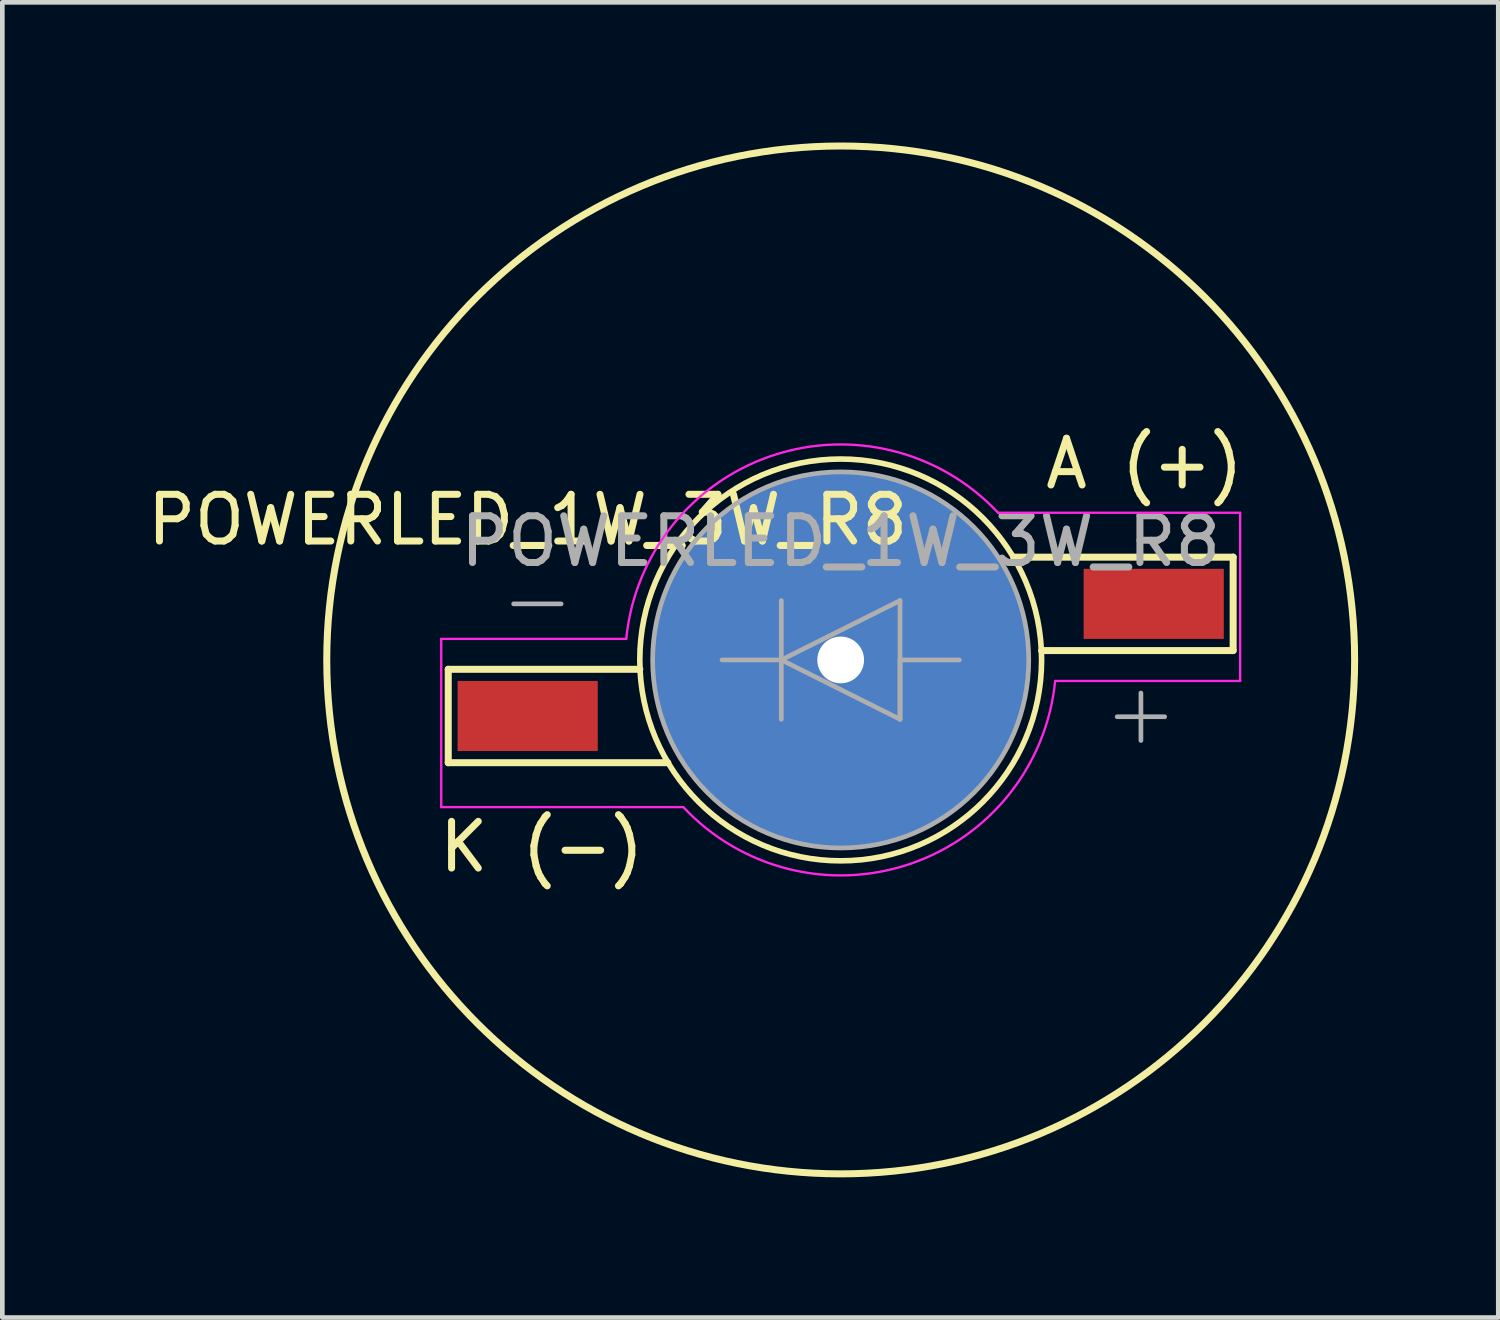
<source format=kicad_pcb>
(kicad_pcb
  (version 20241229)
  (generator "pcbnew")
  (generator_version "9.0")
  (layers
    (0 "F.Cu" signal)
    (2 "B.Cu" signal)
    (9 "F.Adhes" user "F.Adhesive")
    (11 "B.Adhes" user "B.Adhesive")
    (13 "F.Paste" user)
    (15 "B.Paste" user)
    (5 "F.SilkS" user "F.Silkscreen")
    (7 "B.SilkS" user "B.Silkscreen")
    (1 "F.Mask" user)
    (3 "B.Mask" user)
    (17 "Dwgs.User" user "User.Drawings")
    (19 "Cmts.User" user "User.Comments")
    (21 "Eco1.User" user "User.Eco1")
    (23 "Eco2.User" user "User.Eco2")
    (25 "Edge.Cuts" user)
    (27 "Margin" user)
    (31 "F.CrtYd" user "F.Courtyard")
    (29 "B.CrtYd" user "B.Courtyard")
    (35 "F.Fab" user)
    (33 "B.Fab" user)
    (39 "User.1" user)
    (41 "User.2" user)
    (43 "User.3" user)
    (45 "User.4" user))
  (footprint "POWERLED_1W_3W_R8"
    (layer "F.Cu")
    (at 14.944 11.075)
    (property "Reference" "POWERLED_1W_3W_R8" (at -6.7 -3 0) (layer "F.SilkS") (effects (font (size 1 1) (thickness 0.15))))
    (attr smd)
    (fp_line (start -8.4 0.2) (end -8.4 2.2) (stroke (width 0.15) (type solid)) (layer "F.SilkS"))
    (fp_line (start -8.4 2.2) (end -3.7 2.2) (stroke (width 0.15) (type solid)) (layer "F.SilkS"))
    (fp_line (start -4.3 0.2) (end -8.4 0.2) (stroke (width 0.15) (type solid)) (layer "F.SilkS"))
    (fp_line (start 4.3 -0.2) (end 8.4 -0.2) (stroke (width 0.15) (type solid)) (layer "F.SilkS"))
    (fp_line (start 8.4 -2.2) (end 3.7 -2.2) (stroke (width 0.15) (type solid)) (layer "F.SilkS"))
    (fp_line (start 8.4 -0.2) (end 8.4 -2.2) (stroke (width 0.15) (type solid)) (layer "F.SilkS"))
    (fp_circle (center 0 0) (end -4.3 0) (stroke (width 0.12) (type solid)) (fill no) (layer "F.SilkS"))
    (fp_circle (center 0 0) (end 11 0) (stroke (width 0.15) (type solid)) (fill no) (layer "F.SilkS"))
    (fp_line (start -8.55 -0.45) (end -8.55 3.15) (stroke (width 0.05) (type solid)) (layer "F.CrtYd"))
    (fp_line (start -8.55 3.15) (end -3.37 3.15) (stroke (width 0.05) (type solid)) (layer "F.CrtYd"))
    (fp_line (start -4.59 -0.45) (end -8.55 -0.45) (stroke (width 0.05) (type solid)) (layer "F.CrtYd"))
    (fp_line (start 3.37 -3.15) (end 8.55 -3.15) (stroke (width 0.05) (type solid)) (layer "F.CrtYd"))
    (fp_line (start 8.55 -3.15) (end 8.55 0.45) (stroke (width 0.05) (type solid)) (layer "F.CrtYd"))
    (fp_line (start 8.55 0.45) (end 4.59 0.45) (stroke (width 0.05) (type solid)) (layer "F.CrtYd"))
    (fp_arc (start -4.59 -0.45) (mid -1.481265 -4.36766) (end 3.369303 -3.149349) (stroke (width 0.05) (type solid)) (layer "F.CrtYd"))
    (fp_arc (start 4.59 0.45) (mid 1.481265 4.36766) (end -3.369303 3.149349) (stroke (width 0.05) (type solid)) (layer "F.CrtYd"))
    (fp_line (start -7 -1.2) (end -5.984 -1.2) (stroke (width 0.1) (type solid)) (layer "F.Fab"))
    (fp_line (start -2.54 0) (end -1.27 0) (stroke (width 0.1) (type solid)) (layer "F.Fab"))
    (fp_line (start -1.27 -1.27) (end -1.27 1.27) (stroke (width 0.1) (type solid)) (layer "F.Fab"))
    (fp_line (start -1.27 0) (end 1.27 -1.27) (stroke (width 0.1) (type solid)) (layer "F.Fab"))
    (fp_line (start -1.27 0) (end 1.27 1.27) (stroke (width 0.1) (type solid)) (layer "F.Fab"))
    (fp_line (start 1.27 -1.27) (end 1.27 1.27) (stroke (width 0.1) (type solid)) (layer "F.Fab"))
    (fp_line (start 1.27 0) (end 2.54 0) (stroke (width 0.1) (type solid)) (layer "F.Fab"))
    (fp_line (start 1.27 1.27) (end 1.27 0) (stroke (width 0.1) (type solid)) (layer "F.Fab"))
    (fp_line (start 5.918 1.216) (end 6.934 1.216) (stroke (width 0.1) (type solid)) (layer "F.Fab"))
    (fp_line (start 6.426 1.724) (end 6.426 0.708) (stroke (width 0.1) (type solid)) (layer "F.Fab"))
    (fp_circle (center 0 0) (end 4.025 0) (stroke (width 0.1) (type solid)) (fill no) (layer "F.Fab"))
    (fp_text user "K (-)" (at -6.4 4 0) (layer "F.SilkS") (effects (font (size 1 1) (thickness 0.15))))
    (fp_text user "A (+)" (at 6.5 -4.2 0) (layer "F.SilkS") (effects (font (size 1 1) (thickness 0.15))))
    (fp_text user "${REFERENCE}" (at 0 -2.54 0) (layer "F.Fab") (effects (font (size 1 1) (thickness 0.15))))
    (pad "1" smd rect (at -6.7 1.2) (size 3 1.5) (layers "F.Cu" "F.Mask" "F.Paste"))
    (pad "2" smd rect (at 6.7 -1.2) (size 3 1.5) (layers "F.Cu" "F.Mask" "F.Paste"))
    (pad "3" thru_hole circle (at 0 0) (size 8.1 8.1) (drill 1) (layers "*.Cu" "*.Mask")))
  (gr_rect
    (start -3 -3)
    (end 29.019 25.15)
    (stroke (width 0.1) (type default))
    (fill no)
    (layer "Edge.Cuts")))
</source>
